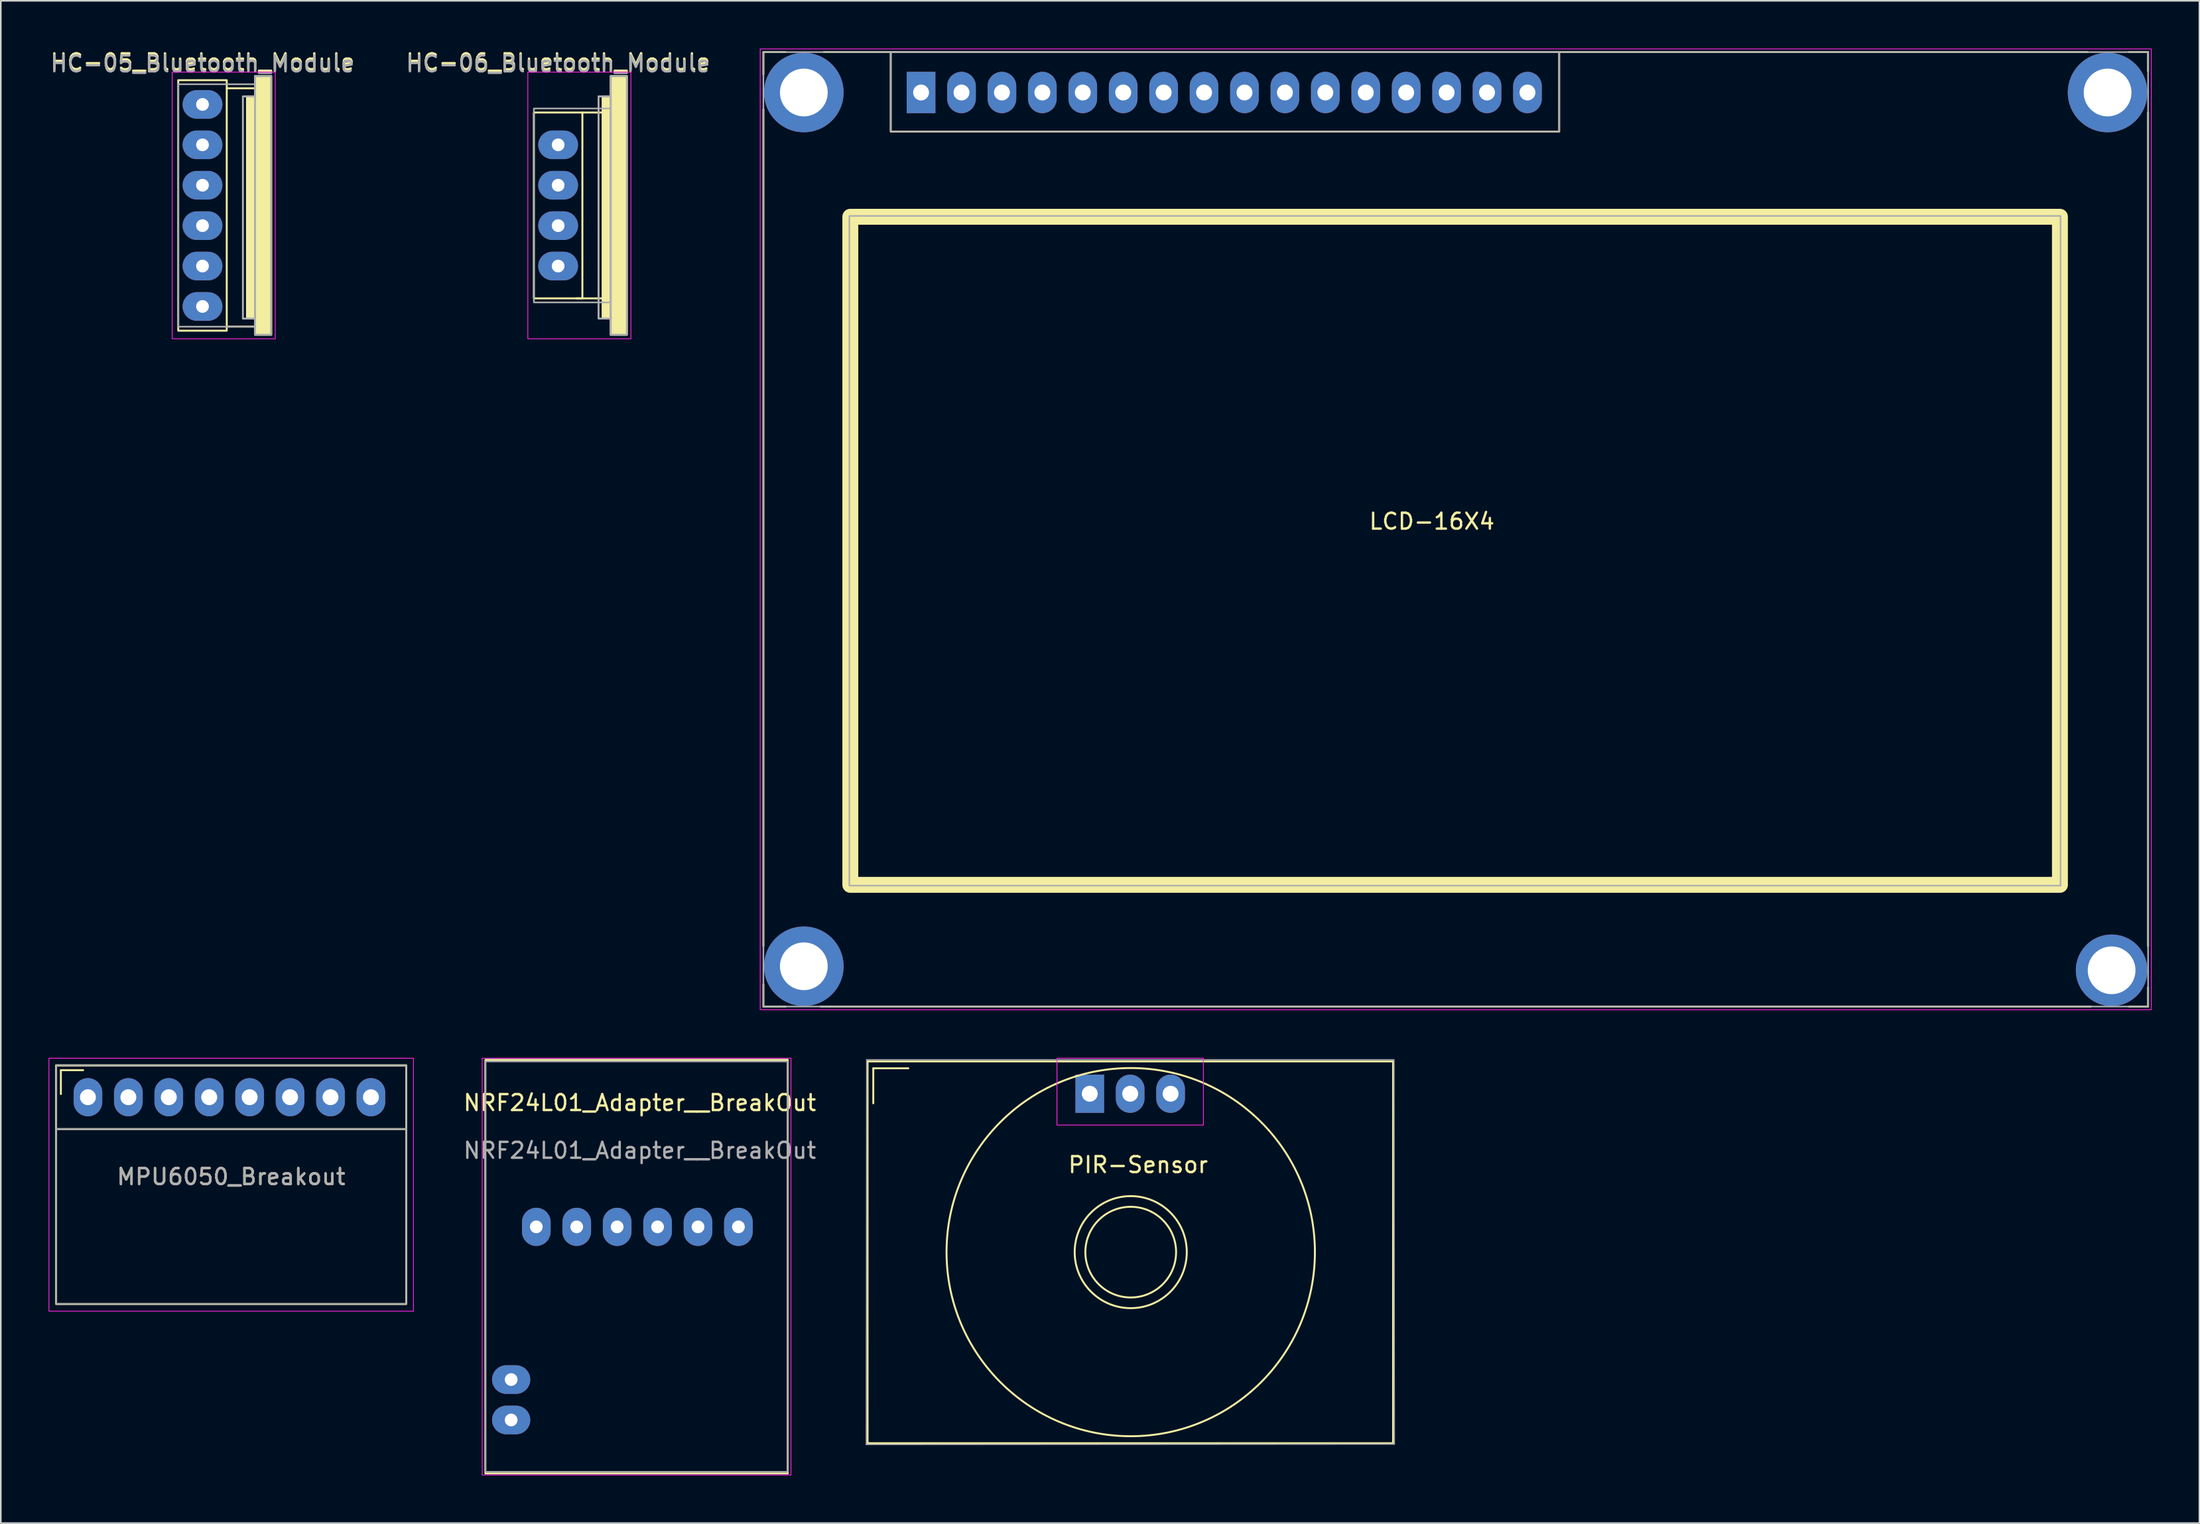
<source format=kicad_pcb>
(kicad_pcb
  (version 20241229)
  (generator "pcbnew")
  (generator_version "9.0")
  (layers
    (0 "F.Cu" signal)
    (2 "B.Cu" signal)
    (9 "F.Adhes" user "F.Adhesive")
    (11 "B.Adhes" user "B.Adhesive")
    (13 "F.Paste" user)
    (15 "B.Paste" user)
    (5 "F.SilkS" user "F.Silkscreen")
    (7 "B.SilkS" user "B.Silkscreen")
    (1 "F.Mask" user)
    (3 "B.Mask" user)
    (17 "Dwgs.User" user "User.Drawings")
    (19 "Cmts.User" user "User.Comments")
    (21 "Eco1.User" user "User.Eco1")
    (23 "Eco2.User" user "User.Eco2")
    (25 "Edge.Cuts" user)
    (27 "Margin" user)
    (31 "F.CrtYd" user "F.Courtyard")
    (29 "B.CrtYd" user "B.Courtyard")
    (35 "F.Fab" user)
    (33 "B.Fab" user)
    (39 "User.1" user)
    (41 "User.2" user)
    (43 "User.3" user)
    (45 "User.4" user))
  (footprint "LCD-16X4"
    (layer "F.Cu")
    (at 54.821 2.765)
    (property "Reference" "LCD-16X4" (at 32.094 26.96 0) (layer "F.SilkS") (effects (font (size 1 1) (thickness 0.15))))
    (attr through_hole)
    (fp_line (start -9.906 -2.54) (end -9.906 -1.14) (stroke (width 0.12) (type solid)) (layer "F.SilkS"))
    (fp_line (start -9.906 -2.54) (end -8.506 -2.54) (stroke (width 0.12) (type solid)) (layer "F.SilkS"))
    (fp_line (start -9.906 1.06) (end -9.906 53.66) (stroke (width 0.12) (type solid)) (layer "F.SilkS"))
    (fp_line (start -9.906 56.06) (end -9.906 57.46) (stroke (width 0.12) (type solid)) (layer "F.SilkS"))
    (fp_line (start -9.906 57.46) (end -8.506 57.46) (stroke (width 0.12) (type solid)) (layer "F.SilkS"))
    (fp_line (start -6.306 57.46) (end 73.494 57.46) (stroke (width 0.12) (type solid)) (layer "F.SilkS"))
    (fp_line (start -6.106 -2.54) (end 73.294 -2.54) (stroke (width 0.12) (type solid)) (layer "F.SilkS"))
    (fp_line (start 75.894 57.46) (end 77.094 57.46) (stroke (width 0.12) (type solid)) (layer "F.SilkS"))
    (fp_line (start 77.094 -2.54) (end 75.894 -2.54) (stroke (width 0.12) (type solid)) (layer "F.SilkS"))
    (fp_line (start 77.094 -1.34) (end 77.094 -2.54) (stroke (width 0.12) (type solid)) (layer "F.SilkS"))
    (fp_line (start 77.094 1.26) (end 77.094 53.66) (stroke (width 0.12) (type solid)) (layer "F.SilkS"))
    (fp_line (start 77.094 57.46) (end 77.094 56.26) (stroke (width 0.12) (type solid)) (layer "F.SilkS"))
    (fp_rect (start -4.445 7.811) (end 71.555 49.81) (stroke (width 1) (type solid)) (fill no) (layer "F.SilkS"))
    (fp_rect (start -1.906 -2.54) (end 40.094 2.46) (stroke (width 0.12) (type solid)) (fill no) (layer "F.SilkS"))
    (fp_rect (start -10.106 -2.74) (end 77.294 57.66) (stroke (width 0.05) (type solid)) (fill no) (layer "F.CrtYd"))
    (fp_rect (start -9.906 -2.54) (end 77.094 57.46) (stroke (width 0.1) (type solid)) (fill no) (layer "F.Fab"))
    (fp_rect (start -4.506 7.76) (end 71.594 49.86) (stroke (width 0.1) (type solid)) (fill no) (layer "F.Fab"))
    (fp_rect (start -1.906 -2.54) (end 40.094 2.46) (stroke (width 0.1) (type solid)) (fill no) (layer "F.Fab"))
    (pad "" thru_hole circle (at -7.366 0) (size 5 5) (drill 3) (layers "*.Cu" "*.Mask"))
    (pad "" thru_hole circle (at -7.366 54.928) (size 5 5) (drill 3) (layers "*.Cu" "*.Mask"))
    (pad "" thru_hole circle (at 74.549 0) (size 5 5) (drill 3) (layers "*.Cu" "*.Mask"))
    (pad "" thru_hole circle (at 74.803 55.181) (size 4.5 4.5) (drill 3) (layers "*.Cu" "*.Mask"))
    (pad "1" thru_hole rect (at 0 0) (size 1.8 2.6) (drill 1) (layers "*.Cu" "*.Mask"))
    (pad "2" thru_hole oval (at 2.54 0) (size 1.8 2.6) (drill 1) (layers "*.Cu" "*.Mask"))
    (pad "3" thru_hole oval (at 5.08 0) (size 1.8 2.6) (drill 1) (layers "*.Cu" "*.Mask"))
    (pad "4" thru_hole oval (at 7.62 0) (size 1.8 2.6) (drill 1) (layers "*.Cu" "*.Mask"))
    (pad "5" thru_hole oval (at 10.16 0) (size 1.8 2.6) (drill 1) (layers "*.Cu" "*.Mask"))
    (pad "6" thru_hole oval (at 12.7 0) (size 1.8 2.6) (drill 1) (layers "*.Cu" "*.Mask"))
    (pad "7" thru_hole oval (at 15.24 0) (size 1.8 2.6) (drill 1) (layers "*.Cu" "*.Mask"))
    (pad "8" thru_hole oval (at 17.78 0) (size 1.8 2.6) (drill 1) (layers "*.Cu" "*.Mask"))
    (pad "9" thru_hole oval (at 20.32 0) (size 1.8 2.6) (drill 1) (layers "*.Cu" "*.Mask"))
    (pad "10" thru_hole oval (at 22.86 0) (size 1.8 2.6) (drill 1) (layers "*.Cu" "*.Mask"))
    (pad "11" thru_hole oval (at 25.4 0) (size 1.8 2.6) (drill 1) (layers "*.Cu" "*.Mask"))
    (pad "12" thru_hole oval (at 27.94 0) (size 1.8 2.6) (drill 1) (layers "*.Cu" "*.Mask"))
    (pad "13" thru_hole oval (at 30.48 0) (size 1.8 2.6) (drill 1) (layers "*.Cu" "*.Mask"))
    (pad "14" thru_hole oval (at 33.02 0) (size 1.8 2.6) (drill 1) (layers "*.Cu" "*.Mask"))
    (pad "15" thru_hole oval (at 35.56 0) (size 1.8 2.6) (drill 1) (layers "*.Cu" "*.Mask"))
    (pad "16" thru_hole oval (at 38.1 0) (size 1.8 2.6) (drill 1) (layers "*.Cu" "*.Mask")))
  (footprint "MPU6050_Breakout"
    (layer "F.Cu")
    (at 2.475 65.925)
    (property "Reference" "MPU6050_Breakout" (at 9 5 0) (unlocked yes) (layer "F.SilkS") (effects (font (size 1 1) (thickness 0.15))))
    (attr through_hole)
    (fp_line (start -1.7 -1.7) (end -0.3 -1.7) (stroke (width 0.12) (type solid)) (layer "F.SilkS"))
    (fp_line (start -1.7 -0.2) (end -1.7 -1.7) (stroke (width 0.12) (type solid)) (layer "F.SilkS"))
    (fp_rect (start -2 -2) (end 20 2) (stroke (width 0.12) (type solid)) (fill no) (layer "F.SilkS"))
    (fp_rect (start -2 -2) (end 20 13) (stroke (width 0.12) (type solid)) (fill no) (layer "F.SilkS"))
    (fp_rect (start -2.45 -2.45) (end 20.45 13.45) (stroke (width 0.05) (type solid)) (fill no) (layer "F.CrtYd"))
    (fp_line (start -2 2) (end 20 2) (stroke (width 0.1) (type solid)) (layer "F.Fab"))
    (fp_rect (start -2 -2) (end 20 13) (stroke (width 0.1) (type solid)) (fill no) (layer "F.Fab"))
    (fp_text user "${REFERENCE}" (at 9 5 0) (unlocked yes) (layer "F.Fab") (effects (font (size 1 1) (thickness 0.15))))
    (pad "1" thru_hole oval (at 0 0) (size 1.8 2.4) (drill 1) (layers "*.Cu" "*.Mask"))
    (pad "2" thru_hole oval (at 2.54 0) (size 1.8 2.4) (drill 1) (layers "*.Cu" "*.Mask"))
    (pad "3" thru_hole oval (at 5.08 0) (size 1.8 2.4) (drill 1) (layers "*.Cu" "*.Mask"))
    (pad "4" thru_hole oval (at 7.62 0) (size 1.8 2.4) (drill 1) (layers "*.Cu" "*.Mask"))
    (pad "5" thru_hole oval (at 10.16 0) (size 1.8 2.4) (drill 1) (layers "*.Cu" "*.Mask"))
    (pad "6" thru_hole oval (at 12.7 0) (size 1.8 2.4) (drill 1) (layers "*.Cu" "*.Mask"))
    (pad "7" thru_hole oval (at 15.24 0) (size 1.8 2.4) (drill 1) (layers "*.Cu" "*.Mask"))
    (pad "8" thru_hole oval (at 17.78 0) (size 1.8 2.4) (drill 1) (layers "*.Cu" "*.Mask")))
  (footprint "NRF24L01_Adapter__BreakOut"
    (layer "F.Cu")
    (at 30.646 74.075)
    (property "Reference" "NRF24L01_Adapter__BreakOut" (at 6.5 -7.8 0) (unlocked yes) (layer "F.SilkS") (effects (font (size 1 1) (thickness 0.15))))
    (attr through_hole)
    (fp_rect (start -3.2 -10.5) (end 15.8 15.5) (stroke (width 0.12) (type solid)) (fill no) (layer "F.SilkS"))
    (fp_rect (start 16 15.6) (end -3.4 -10.6) (stroke (width 0.05) (type solid)) (fill no) (layer "F.CrtYd"))
    (fp_rect (start -3.2 -10.4) (end 15.8 15.4) (stroke (width 0.1) (type solid)) (fill no) (layer "F.Fab"))
    (fp_text user "${REFERENCE}" (at 6.5 -4.8 0) (unlocked yes) (layer "F.Fab") (effects (font (size 1 1) (thickness 0.15))))
    (pad "1" thru_hole oval (at -1.58 9.6) (size 2.4 1.8) (drill 0.8) (layers "*.Cu" "*.Mask"))
    (pad "2" thru_hole oval (at -1.58 12.14) (size 2.4 1.8) (drill 0.8) (layers "*.Cu" "*.Mask"))
    (pad "3" thru_hole oval (at 12.7 0) (size 1.8 2.4) (drill 0.8) (layers "*.Cu" "*.Mask"))
    (pad "4" thru_hole oval (at 10.16 0) (size 1.8 2.4) (drill 0.8) (layers "*.Cu" "*.Mask"))
    (pad "5" thru_hole oval (at 7.62 0) (size 1.8 2.4) (drill 0.8) (layers "*.Cu" "*.Mask"))
    (pad "6" thru_hole oval (at 5.08 0) (size 1.8 2.4) (drill 0.8) (layers "*.Cu" "*.Mask"))
    (pad "7" thru_hole oval (at 2.54 0) (size 1.8 2.4) (drill 0.8) (layers "*.Cu" "*.Mask"))
    (pad "8" thru_hole oval (at 0 0) (size 1.8 2.4) (drill 0.8) (layers "*.Cu" "*.Mask")))
  (footprint "HC-05_Bluetooth_Module"
    (layer "F.Cu")
    (at 9.673 3.515)
    (property "Reference" "HC-05_Bluetooth_Module" (at 0 -2.667 0) (unlocked yes) (layer "F.SilkS") (effects (font (size 1 1) (thickness 0.15))))
    (attr through_hole)
    (fp_line (start 1.524 -1.016) (end 3.302 -1.016) (stroke (width 0.12) (type solid)) (layer "F.SilkS"))
    (fp_line (start 1.524 13.97) (end 3.302 13.97) (stroke (width 0.12) (type solid)) (layer "F.SilkS"))
    (fp_rect (start -1.524 -1.524) (end 1.524 14.224) (stroke (width 0.12) (type solid)) (fill no) (layer "F.SilkS"))
    (fp_poly (pts (xy 3.302 13.462) (xy 2.794 13.462) (xy 2.794 -0.508) (xy 3.302 -0.508)) (stroke (width 0.12) (type solid)) (fill yes) (layer "F.SilkS"))
    (fp_poly (pts (xy 4.318 14.478) (xy 3.302 14.478) (xy 3.302 -1.778) (xy 4.318 -1.778)) (stroke (width 0.12) (type solid)) (fill yes) (layer "F.SilkS"))
    (fp_rect (start -1.905 -2.032) (end 4.572 14.732) (stroke (width 0.05) (type solid)) (fill no) (layer "F.CrtYd"))
    (fp_rect (start -1.524 -1.27) (end 3.302 13.97) (stroke (width 0.1) (type solid)) (fill no) (layer "F.Fab"))
    (fp_poly (pts (xy 3.302 13.462) (xy 2.54 13.462) (xy 2.54 -0.508) (xy 3.302 -0.508)) (stroke (width 0.12) (type solid)) (fill no) (layer "F.Fab"))
    (fp_poly (pts (xy 4.318 14.478) (xy 3.302 14.478) (xy 3.302 -1.778) (xy 4.318 -1.778)) (stroke (width 0.12) (type solid)) (fill no) (layer "F.Fab"))
    (fp_text user "${REFERENCE}" (at 0 -2.54 0) (unlocked yes) (layer "F.Fab") (effects (font (size 1 1) (thickness 0.15))))
    (pad "1" thru_hole oval (at 0 12.7) (size 2.5 1.8) (drill 0.8) (layers "*.Cu" "*.Mask"))
    (pad "2" thru_hole oval (at 0 10.16) (size 2.5 1.8) (drill 0.8) (layers "*.Cu" "*.Mask"))
    (pad "3" thru_hole oval (at 0 7.62) (size 2.5 1.8) (drill 0.8) (layers "*.Cu" "*.Mask"))
    (pad "4" thru_hole oval (at 0 5.08) (size 2.5 1.8) (drill 0.8) (layers "*.Cu" "*.Mask"))
    (pad "5" thru_hole oval (at 0 2.54) (size 2.5 1.8) (drill 0.8) (layers "*.Cu" "*.Mask"))
    (pad "6" thru_hole oval (at 0 0) (size 2.5 1.8) (drill 0.8) (layers "*.Cu" "*.Mask")))
  (footprint "HC-06_Bluetooth_Module"
    (layer "F.Cu")
    (at 32.018 6.055)
    (property "Reference" "HC-06_Bluetooth_Module" (at 0 -5.207 0) (unlocked yes) (layer "F.SilkS") (effects (font (size 1 1) (thickness 0.15))))
    (attr through_hole)
    (fp_line (start 1.143 9.652) (end 2.921 9.652) (stroke (width 0.12) (type solid)) (layer "F.SilkS"))
    (fp_line (start 1.524 -2.032) (end 3.302 -2.032) (stroke (width 0.12) (type solid)) (layer "F.SilkS"))
    (fp_rect (start -1.524 -2.032) (end 1.524 9.652) (stroke (width 0.12) (type solid)) (fill no) (layer "F.SilkS"))
    (fp_poly (pts (xy 3.302 10.922) (xy 2.794 10.922) (xy 2.794 -3.048) (xy 3.302 -3.048)) (stroke (width 0.12) (type solid)) (fill yes) (layer "F.SilkS"))
    (fp_poly (pts (xy 4.318 11.938) (xy 3.302 11.938) (xy 3.302 -4.318) (xy 4.318 -4.318)) (stroke (width 0.12) (type solid)) (fill yes) (layer "F.SilkS"))
    (fp_rect (start -1.905 -4.572) (end 4.572 12.192) (stroke (width 0.05) (type solid)) (fill no) (layer "F.CrtYd"))
    (fp_rect (start -1.524 -2.286) (end 3.302 9.906) (stroke (width 0.1) (type solid)) (fill no) (layer "F.Fab"))
    (fp_poly (pts (xy 3.302 10.922) (xy 2.54 10.922) (xy 2.54 -3.048) (xy 3.302 -3.048)) (stroke (width 0.12) (type solid)) (fill no) (layer "F.Fab"))
    (fp_poly (pts (xy 4.318 11.938) (xy 3.302 11.938) (xy 3.302 -4.318) (xy 4.318 -4.318)) (stroke (width 0.12) (type solid)) (fill no) (layer "F.Fab"))
    (fp_text user "${REFERENCE}" (at 0 -5.08 0) (unlocked yes) (layer "F.Fab") (effects (font (size 1 1) (thickness 0.15))))
    (pad "1" thru_hole oval (at 0 7.62) (size 2.5 1.8) (drill 0.8) (layers "*.Cu" "*.Mask"))
    (pad "2" thru_hole oval (at 0 5.08) (size 2.5 1.8) (drill 0.8) (layers "*.Cu" "*.Mask"))
    (pad "3" thru_hole oval (at 0 2.54) (size 2.5 1.8) (drill 0.8) (layers "*.Cu" "*.Mask"))
    (pad "4" thru_hole oval (at 0 0) (size 2.5 1.8) (drill 0.8) (layers "*.Cu" "*.Mask")))
  (footprint "PIR-Sensor"
    (layer "F.Cu")
    (at 65.419 65.707)
    (property "Reference" "PIR-Sensor" (at 3.04 4.468 0) (layer "F.SilkS") (effects (font (size 1 1) (thickness 0.15))))
    (attr through_hole)
    (fp_line (start -13.96 -2.032) (end -13.96 21.968) (stroke (width 0.12) (type solid)) (layer "F.SilkS"))
    (fp_line (start -13.96 -2.032) (end 19.04 -2.032) (stroke (width 0.12) (type solid)) (layer "F.SilkS"))
    (fp_line (start -13.96 21.968) (end 19.04 21.968) (stroke (width 0.12) (type solid)) (layer "F.SilkS"))
    (fp_line (start -13.6 -1.6) (end -11.4 -1.6) (stroke (width 0.12) (type solid)) (layer "F.SilkS"))
    (fp_line (start -13.6 0.6) (end -13.6 -1.6) (stroke (width 0.12) (type solid)) (layer "F.SilkS"))
    (fp_line (start 19.06 -2.032) (end 19.06 21.968) (stroke (width 0.12) (type solid)) (layer "F.SilkS"))
    (fp_circle (center 2.575 9.957) (end 4.861 11.659) (stroke (width 0.12) (type solid)) (fill no) (layer "F.SilkS"))
    (fp_circle (center 2.575 9.957) (end 5.75 11.481) (stroke (width 0.12) (type solid)) (fill no) (layer "F.SilkS"))
    (fp_circle (center 2.575 9.957) (end 11.008 17.882) (stroke (width 0.12) (type solid)) (fill no) (layer "F.SilkS"))
    (fp_rect (start -2.06 -2.232) (end 7.14 1.968) (stroke (width 0.05) (type solid)) (fill no) (layer "F.CrtYd"))
    (fp_line (start -14.036 22.047) (end -14.011 -2.134) (stroke (width 0.08) (type solid)) (layer "F.Fab"))
    (fp_line (start -14.011 -2.134) (end 19.111 -2.134) (stroke (width 0.08) (type solid)) (layer "F.Fab"))
    (fp_line (start 19.111 -2.083) (end 19.136 22.022) (stroke (width 0.08) (type solid)) (layer "F.Fab"))
    (fp_line (start 19.136 22.022) (end -14.036 22.047) (stroke (width 0.08) (type solid)) (layer "F.Fab"))
    (pad "1" thru_hole rect (at 0 0) (size 1.8 2.4) (drill 1) (layers "*.Cu" "*.Mask"))
    (pad "2" thru_hole oval (at 2.54 0) (size 1.8 2.4) (drill 1) (layers "*.Cu" "*.Mask"))
    (pad "3" thru_hole oval (at 5.08 0) (size 1.8 2.4) (drill 1) (layers "*.Cu" "*.Mask")))
  (gr_rect
    (start -3 -3)
    (end 135.14 92.7)
    (stroke (width 0.1) (type default))
    (fill no)
    (layer "Edge.Cuts")))
</source>
